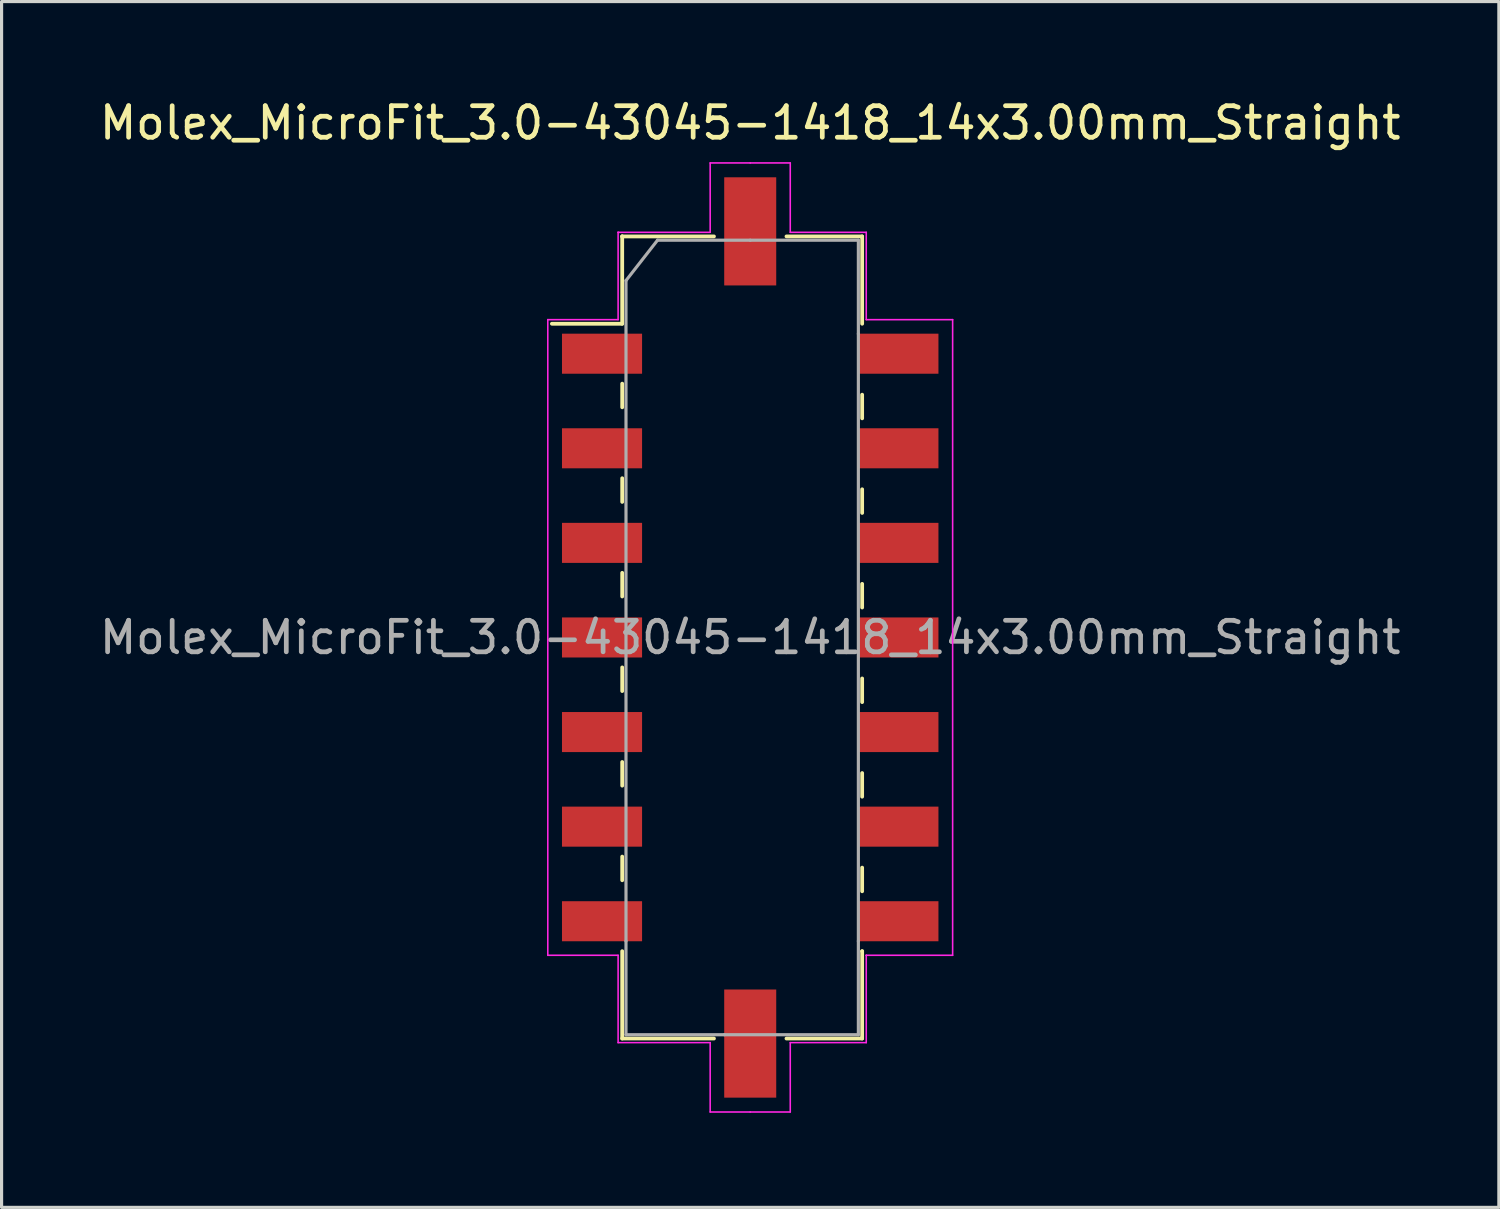
<source format=kicad_pcb>
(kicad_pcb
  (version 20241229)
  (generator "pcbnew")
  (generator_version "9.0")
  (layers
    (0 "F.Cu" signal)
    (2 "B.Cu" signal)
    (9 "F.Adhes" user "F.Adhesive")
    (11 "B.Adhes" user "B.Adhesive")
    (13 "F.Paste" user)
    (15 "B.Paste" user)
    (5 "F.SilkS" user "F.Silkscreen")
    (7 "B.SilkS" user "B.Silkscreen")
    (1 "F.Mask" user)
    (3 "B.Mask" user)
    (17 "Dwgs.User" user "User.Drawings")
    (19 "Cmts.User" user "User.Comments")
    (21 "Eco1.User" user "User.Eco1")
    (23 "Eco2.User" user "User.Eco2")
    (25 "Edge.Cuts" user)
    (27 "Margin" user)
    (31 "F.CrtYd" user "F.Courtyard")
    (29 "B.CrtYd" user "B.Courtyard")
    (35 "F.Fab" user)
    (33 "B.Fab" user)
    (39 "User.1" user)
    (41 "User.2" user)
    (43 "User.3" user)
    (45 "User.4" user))
  (footprint "Molex_MicroFit_3.0-43045-1418_14x3.00mm_Straight"
    (layer "F.Cu")
    (at 20.744 17.168)
    (property "Reference" "Molex_MicroFit_3.0-43045-1418_14x3.00mm_Straight" (at 0 -16.32 0) (layer "F.SilkS") (effects (font (size 1 1) (thickness 0.15))))
    (attr smd)
    (fp_line (start -6.29 -9.95) (end -4.06 -9.95) (stroke (width 0.12) (type solid)) (layer "F.SilkS"))
    (fp_line (start -4.06 -12.72) (end -4.06 -12.72) (stroke (width 0.12) (type solid)) (layer "F.SilkS"))
    (fp_line (start -4.06 -12.72) (end -1.15 -12.72) (stroke (width 0.12) (type solid)) (layer "F.SilkS"))
    (fp_line (start -4.06 -9.95) (end -4.06 -12.72) (stroke (width 0.12) (type solid)) (layer "F.SilkS"))
    (fp_line (start -4.06 -8.05) (end -4.06 -7.3) (stroke (width 0.12) (type solid)) (layer "F.SilkS"))
    (fp_line (start -4.06 -5.05) (end -4.06 -4.3) (stroke (width 0.12) (type solid)) (layer "F.SilkS"))
    (fp_line (start -4.06 -2.05) (end -4.06 -1.3) (stroke (width 0.12) (type solid)) (layer "F.SilkS"))
    (fp_line (start -4.06 0.95) (end -4.06 1.7) (stroke (width 0.12) (type solid)) (layer "F.SilkS"))
    (fp_line (start -4.06 3.95) (end -4.06 4.7) (stroke (width 0.12) (type solid)) (layer "F.SilkS"))
    (fp_line (start -4.06 6.95) (end -4.06 7.7) (stroke (width 0.12) (type solid)) (layer "F.SilkS"))
    (fp_line (start -4.06 12.72) (end -4.06 9.95) (stroke (width 0.12) (type solid)) (layer "F.SilkS"))
    (fp_line (start -1.15 12.72) (end -4.06 12.72) (stroke (width 0.12) (type solid)) (layer "F.SilkS"))
    (fp_line (start 1.15 -12.72) (end 3.55 -12.72) (stroke (width 0.12) (type solid)) (layer "F.SilkS"))
    (fp_line (start 3.55 -12.72) (end 3.55 -9.95) (stroke (width 0.12) (type solid)) (layer "F.SilkS"))
    (fp_line (start 3.55 -6.95) (end 3.55 -7.7) (stroke (width 0.12) (type solid)) (layer "F.SilkS"))
    (fp_line (start 3.55 -3.95) (end 3.55 -4.7) (stroke (width 0.12) (type solid)) (layer "F.SilkS"))
    (fp_line (start 3.55 -0.95) (end 3.55 -1.7) (stroke (width 0.12) (type solid)) (layer "F.SilkS"))
    (fp_line (start 3.55 2.05) (end 3.55 1.3) (stroke (width 0.12) (type solid)) (layer "F.SilkS"))
    (fp_line (start 3.55 5.05) (end 3.55 4.3) (stroke (width 0.12) (type solid)) (layer "F.SilkS"))
    (fp_line (start 3.55 8.05) (end 3.55 7.3) (stroke (width 0.12) (type solid)) (layer "F.SilkS"))
    (fp_line (start 3.55 9.95) (end 3.55 9.95) (stroke (width 0.12) (type solid)) (layer "F.SilkS"))
    (fp_line (start 3.55 9.95) (end 3.55 12.72) (stroke (width 0.12) (type solid)) (layer "F.SilkS"))
    (fp_line (start 3.55 12.72) (end 1.15 12.72) (stroke (width 0.12) (type solid)) (layer "F.SilkS"))
    (fp_line (start -6.42 -10.08) (end -4.19 -10.08) (stroke (width 0.05) (type solid)) (layer "F.CrtYd"))
    (fp_line (start -6.42 10.08) (end -6.42 -10.08) (stroke (width 0.05) (type solid)) (layer "F.CrtYd"))
    (fp_line (start -4.19 -12.85) (end -4.19 -12.85) (stroke (width 0.05) (type solid)) (layer "F.CrtYd"))
    (fp_line (start -4.19 -12.85) (end -1.27 -12.85) (stroke (width 0.05) (type solid)) (layer "F.CrtYd"))
    (fp_line (start -4.19 -10.08) (end -4.19 -12.85) (stroke (width 0.05) (type solid)) (layer "F.CrtYd"))
    (fp_line (start -4.19 10.08) (end -6.42 10.08) (stroke (width 0.05) (type solid)) (layer "F.CrtYd"))
    (fp_line (start -4.19 12.85) (end -4.19 10.08) (stroke (width 0.05) (type solid)) (layer "F.CrtYd"))
    (fp_line (start -1.27 -15.05) (end 0 -15.05) (stroke (width 0.05) (type solid)) (layer "F.CrtYd"))
    (fp_line (start -1.27 -12.85) (end -1.27 -15.05) (stroke (width 0.05) (type solid)) (layer "F.CrtYd"))
    (fp_line (start -1.27 12.85) (end -4.19 12.85) (stroke (width 0.05) (type solid)) (layer "F.CrtYd"))
    (fp_line (start -1.27 15.05) (end -1.27 12.85) (stroke (width 0.05) (type solid)) (layer "F.CrtYd"))
    (fp_line (start 0 -15.05) (end 1.27 -15.05) (stroke (width 0.05) (type solid)) (layer "F.CrtYd"))
    (fp_line (start 0 15.05) (end -1.27 15.05) (stroke (width 0.05) (type solid)) (layer "F.CrtYd"))
    (fp_line (start 1.27 -15.05) (end 1.27 -12.85) (stroke (width 0.05) (type solid)) (layer "F.CrtYd"))
    (fp_line (start 1.27 -12.85) (end 3.68 -12.85) (stroke (width 0.05) (type solid)) (layer "F.CrtYd"))
    (fp_line (start 1.27 12.85) (end 1.27 15.05) (stroke (width 0.05) (type solid)) (layer "F.CrtYd"))
    (fp_line (start 1.27 15.05) (end 0 15.05) (stroke (width 0.05) (type solid)) (layer "F.CrtYd"))
    (fp_line (start 3.68 -12.85) (end 3.68 -10.08) (stroke (width 0.05) (type solid)) (layer "F.CrtYd"))
    (fp_line (start 3.68 -10.08) (end 6.42 -10.08) (stroke (width 0.05) (type solid)) (layer "F.CrtYd"))
    (fp_line (start 3.68 10.08) (end 3.68 10.08) (stroke (width 0.05) (type solid)) (layer "F.CrtYd"))
    (fp_line (start 3.68 10.08) (end 3.68 12.85) (stroke (width 0.05) (type solid)) (layer "F.CrtYd"))
    (fp_line (start 3.68 12.85) (end 1.27 12.85) (stroke (width 0.05) (type solid)) (layer "F.CrtYd"))
    (fp_line (start 6.42 -10.08) (end 6.42 10.08) (stroke (width 0.05) (type solid)) (layer "F.CrtYd"))
    (fp_line (start 6.42 10.08) (end 3.68 10.08) (stroke (width 0.05) (type solid)) (layer "F.CrtYd"))
    (fp_line (start -3.94 -11.32) (end -2.94 -12.6) (stroke (width 0.1) (type solid)) (layer "F.Fab"))
    (fp_line (start -3.94 9.63) (end -3.94 -11.32) (stroke (width 0.1) (type solid)) (layer "F.Fab"))
    (fp_line (start -3.94 12.6) (end -3.94 9.63) (stroke (width 0.1) (type solid)) (layer "F.Fab"))
    (fp_line (start -2.94 -12.6) (end 0 -12.6) (stroke (width 0.1) (type solid)) (layer "F.Fab"))
    (fp_line (start -0.82 12.6) (end -3.94 12.6) (stroke (width 0.1) (type solid)) (layer "F.Fab"))
    (fp_line (start 0 -12.6) (end 3.43 -12.6) (stroke (width 0.1) (type solid)) (layer "F.Fab"))
    (fp_line (start 3.43 -12.6) (end 3.43 -9.63) (stroke (width 0.1) (type solid)) (layer "F.Fab"))
    (fp_line (start 3.43 -9.63) (end 3.43 9.63) (stroke (width 0.1) (type solid)) (layer "F.Fab"))
    (fp_line (start 3.43 9.63) (end 3.43 12.6) (stroke (width 0.1) (type solid)) (layer "F.Fab"))
    (fp_line (start 3.43 12.6) (end -0.82 12.6) (stroke (width 0.1) (type solid)) (layer "F.Fab"))
    (fp_text user "${REFERENCE}" (at 0 0 0) (layer "F.Fab") (effects (font (size 1 1) (thickness 0.15))))
    (pad "" smd rect (at 0 -12.88) (size 1.65 3.43) (layers "F.Cu" "F.Mask" "F.Paste"))
    (pad "" smd rect (at 0 12.88) (size 1.65 3.43) (layers "F.Cu" "F.Mask" "F.Paste"))
    (pad "1" smd rect (at -4.7 -9) (size 2.54 1.27) (layers "F.Cu" "F.Mask" "F.Paste"))
    (pad "2" smd rect (at -4.7 -6) (size 2.54 1.27) (layers "F.Cu" "F.Mask" "F.Paste"))
    (pad "3" smd rect (at -4.7 -3) (size 2.54 1.27) (layers "F.Cu" "F.Mask" "F.Paste"))
    (pad "4" smd rect (at -4.7 0) (size 2.54 1.27) (layers "F.Cu" "F.Mask" "F.Paste"))
    (pad "5" smd rect (at -4.7 3) (size 2.54 1.27) (layers "F.Cu" "F.Mask" "F.Paste"))
    (pad "6" smd rect (at -4.7 6) (size 2.54 1.27) (layers "F.Cu" "F.Mask" "F.Paste"))
    (pad "7" smd rect (at -4.7 9) (size 2.54 1.27) (layers "F.Cu" "F.Mask" "F.Paste"))
    (pad "8" smd rect (at 4.7 9) (size 2.54 1.27) (layers "F.Cu" "F.Mask" "F.Paste"))
    (pad "9" smd rect (at 4.7 6) (size 2.54 1.27) (layers "F.Cu" "F.Mask" "F.Paste"))
    (pad "10" smd rect (at 4.7 3) (size 2.54 1.27) (layers "F.Cu" "F.Mask" "F.Paste"))
    (pad "11" smd rect (at 4.7 0) (size 2.54 1.27) (layers "F.Cu" "F.Mask" "F.Paste"))
    (pad "12" smd rect (at 4.7 -3) (size 2.54 1.27) (layers "F.Cu" "F.Mask" "F.Paste"))
    (pad "13" smd rect (at 4.7 -6) (size 2.54 1.27) (layers "F.Cu" "F.Mask" "F.Paste"))
    (pad "14" smd rect (at 4.7 -9) (size 2.54 1.27) (layers "F.Cu" "F.Mask" "F.Paste")))
  (gr_rect
    (start -3 -3)
    (end 44.488 35.243)
    (stroke (width 0.1) (type default))
    (fill no)
    (layer "Edge.Cuts")))
</source>
